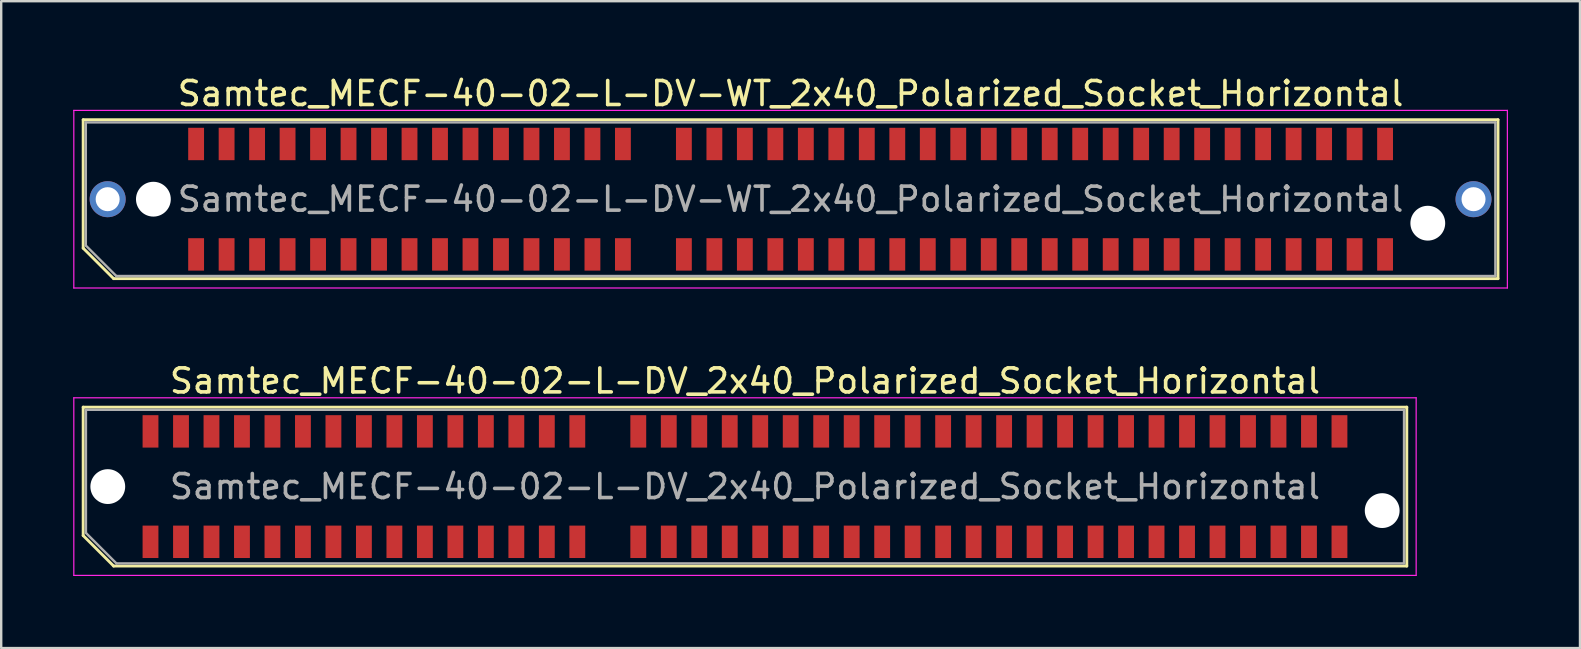
<source format=kicad_pcb>
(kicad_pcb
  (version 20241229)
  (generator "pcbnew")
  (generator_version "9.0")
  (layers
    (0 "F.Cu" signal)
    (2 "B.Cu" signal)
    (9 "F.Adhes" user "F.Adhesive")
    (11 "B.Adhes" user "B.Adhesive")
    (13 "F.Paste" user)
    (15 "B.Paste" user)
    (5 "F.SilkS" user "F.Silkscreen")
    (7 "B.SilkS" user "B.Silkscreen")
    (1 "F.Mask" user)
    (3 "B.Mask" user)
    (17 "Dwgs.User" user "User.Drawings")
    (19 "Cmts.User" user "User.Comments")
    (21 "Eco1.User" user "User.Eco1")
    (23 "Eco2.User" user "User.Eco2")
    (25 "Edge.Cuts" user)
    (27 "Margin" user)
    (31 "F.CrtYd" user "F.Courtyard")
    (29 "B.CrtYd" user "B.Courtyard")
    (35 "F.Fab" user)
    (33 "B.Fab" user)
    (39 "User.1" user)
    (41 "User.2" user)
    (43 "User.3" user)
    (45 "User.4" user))
  (footprint "Samtec_MECF-40-02-L-DV-WT_2x40_Polarized_Socket_Horizontal"
    (layer "F.Cu")
    (at 29.885 5.248)
    (property "Reference" "Samtec_MECF-40-02-L-DV-WT_2x40_Polarized_Socket_Horizontal" (at 0 -4.4 0) (layer "F.SilkS") (effects (font (size 1 1) (thickness 0.15))))
    (attr smd)
    (fp_line (start -29.47 -3.31) (end 29.47 -3.31) (stroke (width 0.12) (type solid)) (layer "F.SilkS"))
    (fp_line (start -29.47 2.04) (end -29.47 -3.31) (stroke (width 0.12) (type solid)) (layer "F.SilkS"))
    (fp_line (start -28.2 3.31) (end -29.47 2.04) (stroke (width 0.12) (type solid)) (layer "F.SilkS"))
    (fp_line (start -28.2 3.31) (end 29.47 3.31) (stroke (width 0.12) (type solid)) (layer "F.SilkS"))
    (fp_line (start 29.47 3.31) (end 29.47 -3.31) (stroke (width 0.12) (type solid)) (layer "F.SilkS"))
    (fp_line (start -29.86 -3.7) (end -29.86 3.7) (stroke (width 0.05) (type solid)) (layer "F.CrtYd"))
    (fp_line (start -29.86 3.7) (end 29.86 3.7) (stroke (width 0.05) (type solid)) (layer "F.CrtYd"))
    (fp_line (start 29.86 -3.7) (end -29.86 -3.7) (stroke (width 0.05) (type solid)) (layer "F.CrtYd"))
    (fp_line (start 29.86 3.7) (end 29.86 -3.7) (stroke (width 0.05) (type solid)) (layer "F.CrtYd"))
    (fp_line (start -29.36 -3.2) (end 29.36 -3.2) (stroke (width 0.1) (type solid)) (layer "F.Fab"))
    (fp_line (start -29.36 1.93) (end -29.36 -3.2) (stroke (width 0.1) (type solid)) (layer "F.Fab"))
    (fp_line (start -29.36 1.93) (end -28.09 3.2) (stroke (width 0.1) (type solid)) (layer "F.Fab"))
    (fp_line (start -28.09 3.2) (end 29.36 3.2) (stroke (width 0.1) (type solid)) (layer "F.Fab"))
    (fp_line (start 29.36 3.2) (end 29.36 -3.2) (stroke (width 0.1) (type solid)) (layer "F.Fab"))
    (fp_text user "${REFERENCE}" (at 0 0 0) (layer "F.Fab") (effects (font (size 1 1) (thickness 0.15))))
    (pad "" thru_hole circle (at -28.45 0) (size 1.5 1.5) (drill 1) (layers "*.Cu" "*.Mask"))
    (pad "" np_thru_hole circle (at -26.545 0) (size 1.45 1.45) (drill 1.45) (layers "*.Cu" "*.Mask"))
    (pad "" np_thru_hole circle (at 26.545 1) (size 1.45 1.45) (drill 1.45) (layers "*.Cu" "*.Mask"))
    (pad "" thru_hole circle (at 28.45 0) (size 1.5 1.5) (drill 1) (layers "*.Cu" "*.Mask"))
    (pad "1" smd rect (at -24.765 2.3) (size 0.66 1.35) (layers "F.Cu" "F.Mask" "F.Paste"))
    (pad "2" smd rect (at -24.765 -2.3) (size 0.66 1.35) (layers "F.Cu" "F.Mask" "F.Paste"))
    (pad "3" smd rect (at -23.495 2.3) (size 0.66 1.35) (layers "F.Cu" "F.Mask" "F.Paste"))
    (pad "4" smd rect (at -23.495 -2.3) (size 0.66 1.35) (layers "F.Cu" "F.Mask" "F.Paste"))
    (pad "5" smd rect (at -22.225 2.3) (size 0.66 1.35) (layers "F.Cu" "F.Mask" "F.Paste"))
    (pad "6" smd rect (at -22.225 -2.3) (size 0.66 1.35) (layers "F.Cu" "F.Mask" "F.Paste"))
    (pad "7" smd rect (at -20.955 2.3) (size 0.66 1.35) (layers "F.Cu" "F.Mask" "F.Paste"))
    (pad "8" smd rect (at -20.955 -2.3) (size 0.66 1.35) (layers "F.Cu" "F.Mask" "F.Paste"))
    (pad "9" smd rect (at -19.685 2.3) (size 0.66 1.35) (layers "F.Cu" "F.Mask" "F.Paste"))
    (pad "10" smd rect (at -19.685 -2.3) (size 0.66 1.35) (layers "F.Cu" "F.Mask" "F.Paste"))
    (pad "11" smd rect (at -18.415 2.3) (size 0.66 1.35) (layers "F.Cu" "F.Mask" "F.Paste"))
    (pad "12" smd rect (at -18.415 -2.3) (size 0.66 1.35) (layers "F.Cu" "F.Mask" "F.Paste"))
    (pad "13" smd rect (at -17.145 2.3) (size 0.66 1.35) (layers "F.Cu" "F.Mask" "F.Paste"))
    (pad "14" smd rect (at -17.145 -2.3) (size 0.66 1.35) (layers "F.Cu" "F.Mask" "F.Paste"))
    (pad "15" smd rect (at -15.875 2.3) (size 0.66 1.35) (layers "F.Cu" "F.Mask" "F.Paste"))
    (pad "16" smd rect (at -15.875 -2.3) (size 0.66 1.35) (layers "F.Cu" "F.Mask" "F.Paste"))
    (pad "17" smd rect (at -14.605 2.3) (size 0.66 1.35) (layers "F.Cu" "F.Mask" "F.Paste"))
    (pad "18" smd rect (at -14.605 -2.3) (size 0.66 1.35) (layers "F.Cu" "F.Mask" "F.Paste"))
    (pad "19" smd rect (at -13.335 2.3) (size 0.66 1.35) (layers "F.Cu" "F.Mask" "F.Paste"))
    (pad "20" smd rect (at -13.335 -2.3) (size 0.66 1.35) (layers "F.Cu" "F.Mask" "F.Paste"))
    (pad "21" smd rect (at -12.065 2.3) (size 0.66 1.35) (layers "F.Cu" "F.Mask" "F.Paste"))
    (pad "22" smd rect (at -12.065 -2.3) (size 0.66 1.35) (layers "F.Cu" "F.Mask" "F.Paste"))
    (pad "23" smd rect (at -10.795 2.3) (size 0.66 1.35) (layers "F.Cu" "F.Mask" "F.Paste"))
    (pad "24" smd rect (at -10.795 -2.3) (size 0.66 1.35) (layers "F.Cu" "F.Mask" "F.Paste"))
    (pad "25" smd rect (at -9.525 2.3) (size 0.66 1.35) (layers "F.Cu" "F.Mask" "F.Paste"))
    (pad "26" smd rect (at -9.525 -2.3) (size 0.66 1.35) (layers "F.Cu" "F.Mask" "F.Paste"))
    (pad "27" smd rect (at -8.255 2.3) (size 0.66 1.35) (layers "F.Cu" "F.Mask" "F.Paste"))
    (pad "28" smd rect (at -8.255 -2.3) (size 0.66 1.35) (layers "F.Cu" "F.Mask" "F.Paste"))
    (pad "29" smd rect (at -6.985 2.3) (size 0.66 1.35) (layers "F.Cu" "F.Mask" "F.Paste"))
    (pad "30" smd rect (at -6.985 -2.3) (size 0.66 1.35) (layers "F.Cu" "F.Mask" "F.Paste"))
    (pad "33" smd rect (at -4.445 2.3) (size 0.66 1.35) (layers "F.Cu" "F.Mask" "F.Paste"))
    (pad "34" smd rect (at -4.445 -2.3) (size 0.66 1.35) (layers "F.Cu" "F.Mask" "F.Paste"))
    (pad "35" smd rect (at -3.175 2.3) (size 0.66 1.35) (layers "F.Cu" "F.Mask" "F.Paste"))
    (pad "36" smd rect (at -3.175 -2.3) (size 0.66 1.35) (layers "F.Cu" "F.Mask" "F.Paste"))
    (pad "37" smd rect (at -1.905 2.3) (size 0.66 1.35) (layers "F.Cu" "F.Mask" "F.Paste"))
    (pad "38" smd rect (at -1.905 -2.3) (size 0.66 1.35) (layers "F.Cu" "F.Mask" "F.Paste"))
    (pad "39" smd rect (at -0.635 2.3) (size 0.66 1.35) (layers "F.Cu" "F.Mask" "F.Paste"))
    (pad "40" smd rect (at -0.635 -2.3) (size 0.66 1.35) (layers "F.Cu" "F.Mask" "F.Paste"))
    (pad "41" smd rect (at 0.635 2.3) (size 0.66 1.35) (layers "F.Cu" "F.Mask" "F.Paste"))
    (pad "42" smd rect (at 0.635 -2.3) (size 0.66 1.35) (layers "F.Cu" "F.Mask" "F.Paste"))
    (pad "43" smd rect (at 1.905 2.3) (size 0.66 1.35) (layers "F.Cu" "F.Mask" "F.Paste"))
    (pad "44" smd rect (at 1.905 -2.3) (size 0.66 1.35) (layers "F.Cu" "F.Mask" "F.Paste"))
    (pad "45" smd rect (at 3.175 2.3) (size 0.66 1.35) (layers "F.Cu" "F.Mask" "F.Paste"))
    (pad "46" smd rect (at 3.175 -2.3) (size 0.66 1.35) (layers "F.Cu" "F.Mask" "F.Paste"))
    (pad "47" smd rect (at 4.445 2.3) (size 0.66 1.35) (layers "F.Cu" "F.Mask" "F.Paste"))
    (pad "48" smd rect (at 4.445 -2.3) (size 0.66 1.35) (layers "F.Cu" "F.Mask" "F.Paste"))
    (pad "49" smd rect (at 5.715 2.3) (size 0.66 1.35) (layers "F.Cu" "F.Mask" "F.Paste"))
    (pad "50" smd rect (at 5.715 -2.3) (size 0.66 1.35) (layers "F.Cu" "F.Mask" "F.Paste"))
    (pad "51" smd rect (at 6.985 2.3) (size 0.66 1.35) (layers "F.Cu" "F.Mask" "F.Paste"))
    (pad "52" smd rect (at 6.985 -2.3) (size 0.66 1.35) (layers "F.Cu" "F.Mask" "F.Paste"))
    (pad "53" smd rect (at 8.255 2.3) (size 0.66 1.35) (layers "F.Cu" "F.Mask" "F.Paste"))
    (pad "54" smd rect (at 8.255 -2.3) (size 0.66 1.35) (layers "F.Cu" "F.Mask" "F.Paste"))
    (pad "55" smd rect (at 9.525 2.3) (size 0.66 1.35) (layers "F.Cu" "F.Mask" "F.Paste"))
    (pad "56" smd rect (at 9.525 -2.3) (size 0.66 1.35) (layers "F.Cu" "F.Mask" "F.Paste"))
    (pad "57" smd rect (at 10.795 2.3) (size 0.66 1.35) (layers "F.Cu" "F.Mask" "F.Paste"))
    (pad "58" smd rect (at 10.795 -2.3) (size 0.66 1.35) (layers "F.Cu" "F.Mask" "F.Paste"))
    (pad "59" smd rect (at 12.065 2.3) (size 0.66 1.35) (layers "F.Cu" "F.Mask" "F.Paste"))
    (pad "60" smd rect (at 12.065 -2.3) (size 0.66 1.35) (layers "F.Cu" "F.Mask" "F.Paste"))
    (pad "61" smd rect (at 13.335 2.3) (size 0.66 1.35) (layers "F.Cu" "F.Mask" "F.Paste"))
    (pad "62" smd rect (at 13.335 -2.3) (size 0.66 1.35) (layers "F.Cu" "F.Mask" "F.Paste"))
    (pad "63" smd rect (at 14.605 2.3) (size 0.66 1.35) (layers "F.Cu" "F.Mask" "F.Paste"))
    (pad "64" smd rect (at 14.605 -2.3) (size 0.66 1.35) (layers "F.Cu" "F.Mask" "F.Paste"))
    (pad "65" smd rect (at 15.875 2.3) (size 0.66 1.35) (layers "F.Cu" "F.Mask" "F.Paste"))
    (pad "66" smd rect (at 15.875 -2.3) (size 0.66 1.35) (layers "F.Cu" "F.Mask" "F.Paste"))
    (pad "67" smd rect (at 17.145 2.3) (size 0.66 1.35) (layers "F.Cu" "F.Mask" "F.Paste"))
    (pad "68" smd rect (at 17.145 -2.3) (size 0.66 1.35) (layers "F.Cu" "F.Mask" "F.Paste"))
    (pad "69" smd rect (at 18.415 2.3) (size 0.66 1.35) (layers "F.Cu" "F.Mask" "F.Paste"))
    (pad "70" smd rect (at 18.415 -2.3) (size 0.66 1.35) (layers "F.Cu" "F.Mask" "F.Paste"))
    (pad "71" smd rect (at 19.685 2.3) (size 0.66 1.35) (layers "F.Cu" "F.Mask" "F.Paste"))
    (pad "72" smd rect (at 19.685 -2.3) (size 0.66 1.35) (layers "F.Cu" "F.Mask" "F.Paste"))
    (pad "73" smd rect (at 20.955 2.3) (size 0.66 1.35) (layers "F.Cu" "F.Mask" "F.Paste"))
    (pad "74" smd rect (at 20.955 -2.3) (size 0.66 1.35) (layers "F.Cu" "F.Mask" "F.Paste"))
    (pad "75" smd rect (at 22.225 2.3) (size 0.66 1.35) (layers "F.Cu" "F.Mask" "F.Paste"))
    (pad "76" smd rect (at 22.225 -2.3) (size 0.66 1.35) (layers "F.Cu" "F.Mask" "F.Paste"))
    (pad "77" smd rect (at 23.495 2.3) (size 0.66 1.35) (layers "F.Cu" "F.Mask" "F.Paste"))
    (pad "78" smd rect (at 23.495 -2.3) (size 0.66 1.35) (layers "F.Cu" "F.Mask" "F.Paste"))
    (pad "79" smd rect (at 24.765 2.3) (size 0.66 1.35) (layers "F.Cu" "F.Mask" "F.Paste"))
    (pad "80" smd rect (at 24.765 -2.3) (size 0.66 1.35) (layers "F.Cu" "F.Mask" "F.Paste")))
  (footprint "Samtec_MECF-40-02-L-DV_2x40_Polarized_Socket_Horizontal"
    (layer "F.Cu")
    (at 27.985 17.221)
    (property "Reference" "Samtec_MECF-40-02-L-DV_2x40_Polarized_Socket_Horizontal" (at 0 -4.4 0) (layer "F.SilkS") (effects (font (size 1 1) (thickness 0.15))))
    (attr smd)
    (fp_line (start -27.57 -3.31) (end 27.57 -3.31) (stroke (width 0.12) (type solid)) (layer "F.SilkS"))
    (fp_line (start -27.57 2.04) (end -27.57 -3.31) (stroke (width 0.12) (type solid)) (layer "F.SilkS"))
    (fp_line (start -26.3 3.31) (end -27.57 2.04) (stroke (width 0.12) (type solid)) (layer "F.SilkS"))
    (fp_line (start -26.3 3.31) (end 27.57 3.31) (stroke (width 0.12) (type solid)) (layer "F.SilkS"))
    (fp_line (start 27.57 3.31) (end 27.57 -3.31) (stroke (width 0.12) (type solid)) (layer "F.SilkS"))
    (fp_line (start -27.96 -3.7) (end -27.96 3.7) (stroke (width 0.05) (type solid)) (layer "F.CrtYd"))
    (fp_line (start -27.96 3.7) (end 27.96 3.7) (stroke (width 0.05) (type solid)) (layer "F.CrtYd"))
    (fp_line (start 27.96 -3.7) (end -27.96 -3.7) (stroke (width 0.05) (type solid)) (layer "F.CrtYd"))
    (fp_line (start 27.96 3.7) (end 27.96 -3.7) (stroke (width 0.05) (type solid)) (layer "F.CrtYd"))
    (fp_line (start -27.455 -3.2) (end 27.455 -3.2) (stroke (width 0.1) (type solid)) (layer "F.Fab"))
    (fp_line (start -27.455 1.93) (end -27.455 -3.2) (stroke (width 0.1) (type solid)) (layer "F.Fab"))
    (fp_line (start -27.455 1.93) (end -26.185 3.2) (stroke (width 0.1) (type solid)) (layer "F.Fab"))
    (fp_line (start -26.185 3.2) (end 27.455 3.2) (stroke (width 0.1) (type solid)) (layer "F.Fab"))
    (fp_line (start 27.455 3.2) (end 27.455 -3.2) (stroke (width 0.1) (type solid)) (layer "F.Fab"))
    (fp_text user "${REFERENCE}" (at 0 0 0) (layer "F.Fab") (effects (font (size 1 1) (thickness 0.15))))
    (pad "" np_thru_hole circle (at -26.545 0) (size 1.45 1.45) (drill 1.45) (layers "*.Cu" "*.Mask"))
    (pad "" np_thru_hole circle (at 26.545 1) (size 1.45 1.45) (drill 1.45) (layers "*.Cu" "*.Mask"))
    (pad "1" smd rect (at -24.765 2.3) (size 0.66 1.35) (layers "F.Cu" "F.Mask" "F.Paste"))
    (pad "2" smd rect (at -24.765 -2.3) (size 0.66 1.35) (layers "F.Cu" "F.Mask" "F.Paste"))
    (pad "3" smd rect (at -23.495 2.3) (size 0.66 1.35) (layers "F.Cu" "F.Mask" "F.Paste"))
    (pad "4" smd rect (at -23.495 -2.3) (size 0.66 1.35) (layers "F.Cu" "F.Mask" "F.Paste"))
    (pad "5" smd rect (at -22.225 2.3) (size 0.66 1.35) (layers "F.Cu" "F.Mask" "F.Paste"))
    (pad "6" smd rect (at -22.225 -2.3) (size 0.66 1.35) (layers "F.Cu" "F.Mask" "F.Paste"))
    (pad "7" smd rect (at -20.955 2.3) (size 0.66 1.35) (layers "F.Cu" "F.Mask" "F.Paste"))
    (pad "8" smd rect (at -20.955 -2.3) (size 0.66 1.35) (layers "F.Cu" "F.Mask" "F.Paste"))
    (pad "9" smd rect (at -19.685 2.3) (size 0.66 1.35) (layers "F.Cu" "F.Mask" "F.Paste"))
    (pad "10" smd rect (at -19.685 -2.3) (size 0.66 1.35) (layers "F.Cu" "F.Mask" "F.Paste"))
    (pad "11" smd rect (at -18.415 2.3) (size 0.66 1.35) (layers "F.Cu" "F.Mask" "F.Paste"))
    (pad "12" smd rect (at -18.415 -2.3) (size 0.66 1.35) (layers "F.Cu" "F.Mask" "F.Paste"))
    (pad "13" smd rect (at -17.145 2.3) (size 0.66 1.35) (layers "F.Cu" "F.Mask" "F.Paste"))
    (pad "14" smd rect (at -17.145 -2.3) (size 0.66 1.35) (layers "F.Cu" "F.Mask" "F.Paste"))
    (pad "15" smd rect (at -15.875 2.3) (size 0.66 1.35) (layers "F.Cu" "F.Mask" "F.Paste"))
    (pad "16" smd rect (at -15.875 -2.3) (size 0.66 1.35) (layers "F.Cu" "F.Mask" "F.Paste"))
    (pad "17" smd rect (at -14.605 2.3) (size 0.66 1.35) (layers "F.Cu" "F.Mask" "F.Paste"))
    (pad "18" smd rect (at -14.605 -2.3) (size 0.66 1.35) (layers "F.Cu" "F.Mask" "F.Paste"))
    (pad "19" smd rect (at -13.335 2.3) (size 0.66 1.35) (layers "F.Cu" "F.Mask" "F.Paste"))
    (pad "20" smd rect (at -13.335 -2.3) (size 0.66 1.35) (layers "F.Cu" "F.Mask" "F.Paste"))
    (pad "21" smd rect (at -12.065 2.3) (size 0.66 1.35) (layers "F.Cu" "F.Mask" "F.Paste"))
    (pad "22" smd rect (at -12.065 -2.3) (size 0.66 1.35) (layers "F.Cu" "F.Mask" "F.Paste"))
    (pad "23" smd rect (at -10.795 2.3) (size 0.66 1.35) (layers "F.Cu" "F.Mask" "F.Paste"))
    (pad "24" smd rect (at -10.795 -2.3) (size 0.66 1.35) (layers "F.Cu" "F.Mask" "F.Paste"))
    (pad "25" smd rect (at -9.525 2.3) (size 0.66 1.35) (layers "F.Cu" "F.Mask" "F.Paste"))
    (pad "26" smd rect (at -9.525 -2.3) (size 0.66 1.35) (layers "F.Cu" "F.Mask" "F.Paste"))
    (pad "27" smd rect (at -8.255 2.3) (size 0.66 1.35) (layers "F.Cu" "F.Mask" "F.Paste"))
    (pad "28" smd rect (at -8.255 -2.3) (size 0.66 1.35) (layers "F.Cu" "F.Mask" "F.Paste"))
    (pad "29" smd rect (at -6.985 2.3) (size 0.66 1.35) (layers "F.Cu" "F.Mask" "F.Paste"))
    (pad "30" smd rect (at -6.985 -2.3) (size 0.66 1.35) (layers "F.Cu" "F.Mask" "F.Paste"))
    (pad "33" smd rect (at -4.445 2.3) (size 0.66 1.35) (layers "F.Cu" "F.Mask" "F.Paste"))
    (pad "34" smd rect (at -4.445 -2.3) (size 0.66 1.35) (layers "F.Cu" "F.Mask" "F.Paste"))
    (pad "35" smd rect (at -3.175 2.3) (size 0.66 1.35) (layers "F.Cu" "F.Mask" "F.Paste"))
    (pad "36" smd rect (at -3.175 -2.3) (size 0.66 1.35) (layers "F.Cu" "F.Mask" "F.Paste"))
    (pad "37" smd rect (at -1.905 2.3) (size 0.66 1.35) (layers "F.Cu" "F.Mask" "F.Paste"))
    (pad "38" smd rect (at -1.905 -2.3) (size 0.66 1.35) (layers "F.Cu" "F.Mask" "F.Paste"))
    (pad "39" smd rect (at -0.635 2.3) (size 0.66 1.35) (layers "F.Cu" "F.Mask" "F.Paste"))
    (pad "40" smd rect (at -0.635 -2.3) (size 0.66 1.35) (layers "F.Cu" "F.Mask" "F.Paste"))
    (pad "41" smd rect (at 0.635 2.3) (size 0.66 1.35) (layers "F.Cu" "F.Mask" "F.Paste"))
    (pad "42" smd rect (at 0.635 -2.3) (size 0.66 1.35) (layers "F.Cu" "F.Mask" "F.Paste"))
    (pad "43" smd rect (at 1.905 2.3) (size 0.66 1.35) (layers "F.Cu" "F.Mask" "F.Paste"))
    (pad "44" smd rect (at 1.905 -2.3) (size 0.66 1.35) (layers "F.Cu" "F.Mask" "F.Paste"))
    (pad "45" smd rect (at 3.175 2.3) (size 0.66 1.35) (layers "F.Cu" "F.Mask" "F.Paste"))
    (pad "46" smd rect (at 3.175 -2.3) (size 0.66 1.35) (layers "F.Cu" "F.Mask" "F.Paste"))
    (pad "47" smd rect (at 4.445 2.3) (size 0.66 1.35) (layers "F.Cu" "F.Mask" "F.Paste"))
    (pad "48" smd rect (at 4.445 -2.3) (size 0.66 1.35) (layers "F.Cu" "F.Mask" "F.Paste"))
    (pad "49" smd rect (at 5.715 2.3) (size 0.66 1.35) (layers "F.Cu" "F.Mask" "F.Paste"))
    (pad "50" smd rect (at 5.715 -2.3) (size 0.66 1.35) (layers "F.Cu" "F.Mask" "F.Paste"))
    (pad "51" smd rect (at 6.985 2.3) (size 0.66 1.35) (layers "F.Cu" "F.Mask" "F.Paste"))
    (pad "52" smd rect (at 6.985 -2.3) (size 0.66 1.35) (layers "F.Cu" "F.Mask" "F.Paste"))
    (pad "53" smd rect (at 8.255 2.3) (size 0.66 1.35) (layers "F.Cu" "F.Mask" "F.Paste"))
    (pad "54" smd rect (at 8.255 -2.3) (size 0.66 1.35) (layers "F.Cu" "F.Mask" "F.Paste"))
    (pad "55" smd rect (at 9.525 2.3) (size 0.66 1.35) (layers "F.Cu" "F.Mask" "F.Paste"))
    (pad "56" smd rect (at 9.525 -2.3) (size 0.66 1.35) (layers "F.Cu" "F.Mask" "F.Paste"))
    (pad "57" smd rect (at 10.795 2.3) (size 0.66 1.35) (layers "F.Cu" "F.Mask" "F.Paste"))
    (pad "58" smd rect (at 10.795 -2.3) (size 0.66 1.35) (layers "F.Cu" "F.Mask" "F.Paste"))
    (pad "59" smd rect (at 12.065 2.3) (size 0.66 1.35) (layers "F.Cu" "F.Mask" "F.Paste"))
    (pad "60" smd rect (at 12.065 -2.3) (size 0.66 1.35) (layers "F.Cu" "F.Mask" "F.Paste"))
    (pad "61" smd rect (at 13.335 2.3) (size 0.66 1.35) (layers "F.Cu" "F.Mask" "F.Paste"))
    (pad "62" smd rect (at 13.335 -2.3) (size 0.66 1.35) (layers "F.Cu" "F.Mask" "F.Paste"))
    (pad "63" smd rect (at 14.605 2.3) (size 0.66 1.35) (layers "F.Cu" "F.Mask" "F.Paste"))
    (pad "64" smd rect (at 14.605 -2.3) (size 0.66 1.35) (layers "F.Cu" "F.Mask" "F.Paste"))
    (pad "65" smd rect (at 15.875 2.3) (size 0.66 1.35) (layers "F.Cu" "F.Mask" "F.Paste"))
    (pad "66" smd rect (at 15.875 -2.3) (size 0.66 1.35) (layers "F.Cu" "F.Mask" "F.Paste"))
    (pad "67" smd rect (at 17.145 2.3) (size 0.66 1.35) (layers "F.Cu" "F.Mask" "F.Paste"))
    (pad "68" smd rect (at 17.145 -2.3) (size 0.66 1.35) (layers "F.Cu" "F.Mask" "F.Paste"))
    (pad "69" smd rect (at 18.415 2.3) (size 0.66 1.35) (layers "F.Cu" "F.Mask" "F.Paste"))
    (pad "70" smd rect (at 18.415 -2.3) (size 0.66 1.35) (layers "F.Cu" "F.Mask" "F.Paste"))
    (pad "71" smd rect (at 19.685 2.3) (size 0.66 1.35) (layers "F.Cu" "F.Mask" "F.Paste"))
    (pad "72" smd rect (at 19.685 -2.3) (size 0.66 1.35) (layers "F.Cu" "F.Mask" "F.Paste"))
    (pad "73" smd rect (at 20.955 2.3) (size 0.66 1.35) (layers "F.Cu" "F.Mask" "F.Paste"))
    (pad "74" smd rect (at 20.955 -2.3) (size 0.66 1.35) (layers "F.Cu" "F.Mask" "F.Paste"))
    (pad "75" smd rect (at 22.225 2.3) (size 0.66 1.35) (layers "F.Cu" "F.Mask" "F.Paste"))
    (pad "76" smd rect (at 22.225 -2.3) (size 0.66 1.35) (layers "F.Cu" "F.Mask" "F.Paste"))
    (pad "77" smd rect (at 23.495 2.3) (size 0.66 1.35) (layers "F.Cu" "F.Mask" "F.Paste"))
    (pad "78" smd rect (at 23.495 -2.3) (size 0.66 1.35) (layers "F.Cu" "F.Mask" "F.Paste"))
    (pad "79" smd rect (at 24.765 2.3) (size 0.66 1.35) (layers "F.Cu" "F.Mask" "F.Paste"))
    (pad "80" smd rect (at 24.765 -2.3) (size 0.66 1.35) (layers "F.Cu" "F.Mask" "F.Paste")))
  (gr_rect
    (start -3 -3)
    (end 62.77 23.947)
    (stroke (width 0.1) (type default))
    (fill no)
    (layer "Edge.Cuts")))
</source>
